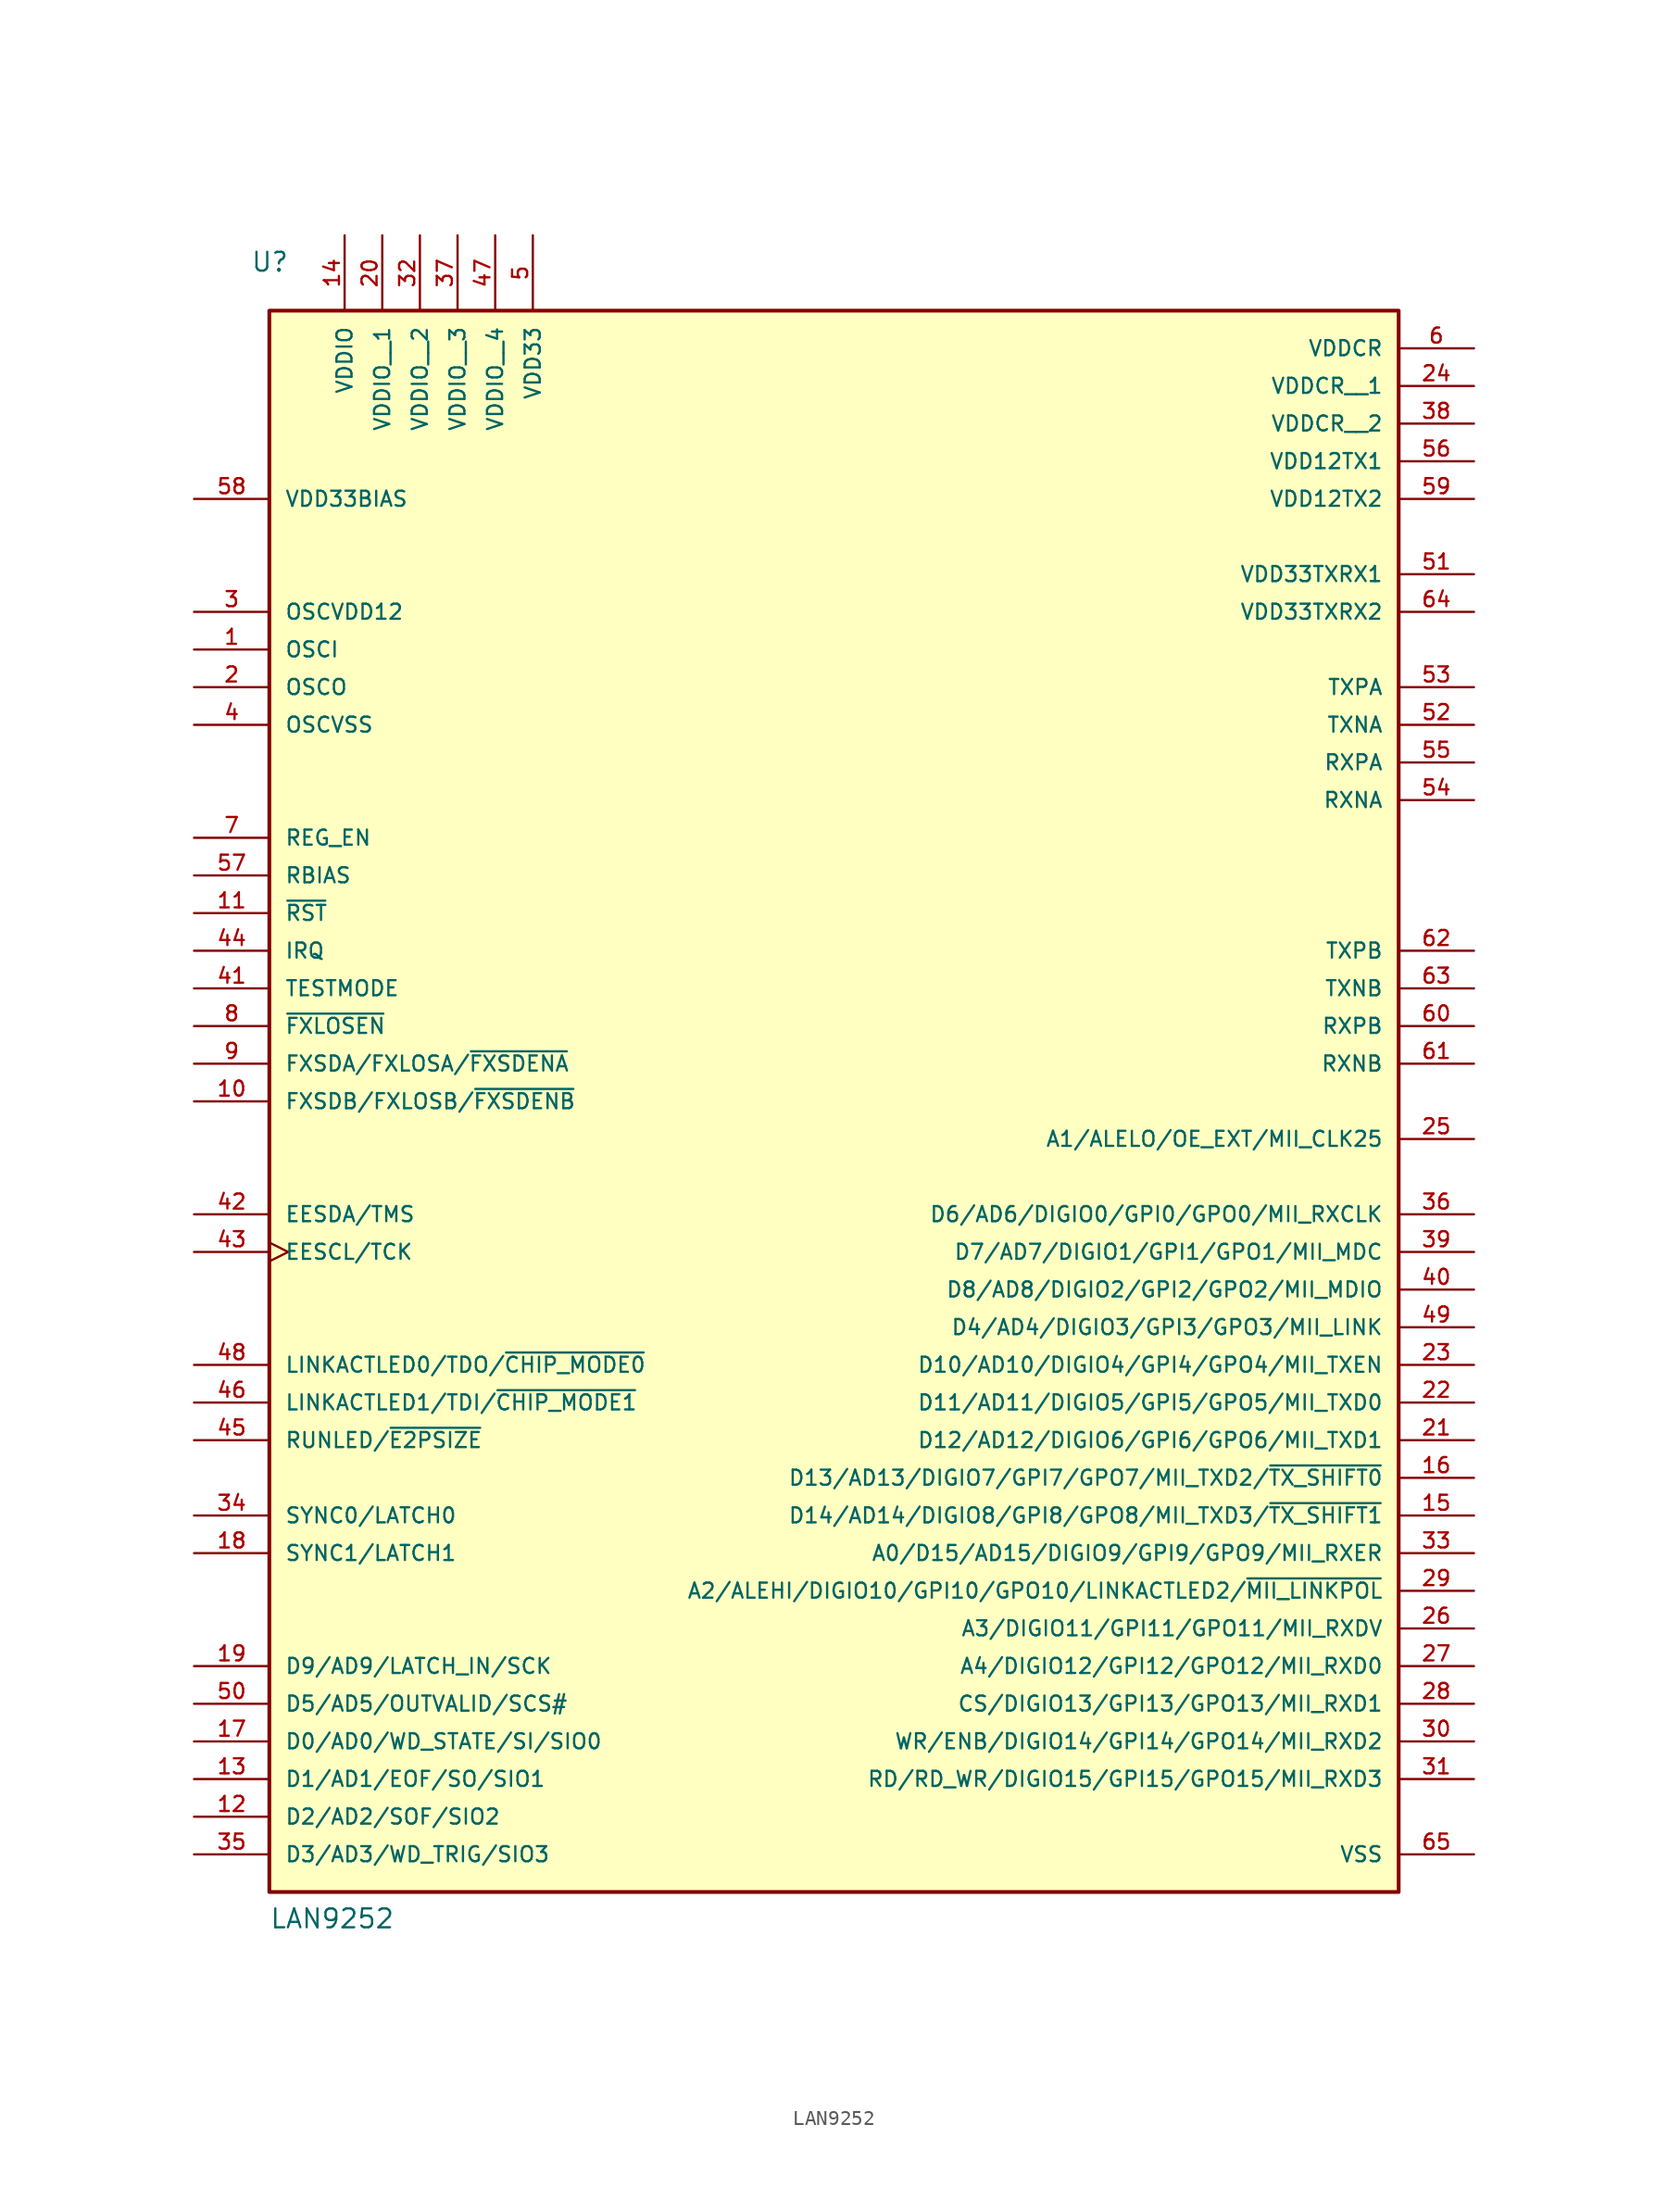
<source format=kicad_sym>
(kicad_symbol_lib
  (version 20241209)
  (generator "kicad_symbol_editor")
  (generator_version "9.0")
  (symbol "LAN9252"
    (pin_names
      (offset 1.016))
    (property "Reference" "U"
      (at 3.81 5.08 0)
      (effects (font (size 1.27 1.27)) (justify left bottom)))
    (property "Value" "LAN9252"
      (at 5.08 -106.68 0)
      (effects (font (size 1.27 1.27)) (justify left bottom)))
    (symbol "LAN9252_0_0"
      (rectangle (start 5.08 2.54) (end 81.28 -104.14) (stroke (width 0.254) (type default)) (fill (type background)))
      (pin power_in line (at 0 -10.16 0) (length 5.08) (name "VDD33BIAS" (effects (font (size 1.016 1.016)))) (number "58" (effects (font (size 1.016 1.016)))))
      (pin power_in line (at 0 -17.78 0) (length 5.08) (name "OSCVDD12" (effects (font (size 1.016 1.016)))) (number "3" (effects (font (size 1.016 1.016)))))
      (pin input line (at 0 -20.32 0) (length 5.08) (name "OSCI" (effects (font (size 1.016 1.016)))) (number "1" (effects (font (size 1.016 1.016)))))
      (pin output line (at 0 -22.86 0) (length 5.08) (name "OSCO" (effects (font (size 1.016 1.016)))) (number "2" (effects (font (size 1.016 1.016)))))
      (pin power_in line (at 0 -25.4 0) (length 5.08) (name "OSCVSS" (effects (font (size 1.016 1.016)))) (number "4" (effects (font (size 1.016 1.016)))))
      (pin input line (at 0 -33.02 0) (length 5.08) (name "REG_EN" (effects (font (size 1.016 1.016)))) (number "7" (effects (font (size 1.016 1.016)))))
      (pin passive line (at 0 -35.56 0) (length 5.08) (name "RBIAS" (effects (font (size 1.016 1.016)))) (number "57" (effects (font (size 1.016 1.016)))))
      (pin input line (at 0 -38.1 0) (length 5.08) (name "~{RST}" (effects (font (size 1.016 1.016)))) (number "11" (effects (font (size 1.016 1.016)))))
      (pin output line (at 0 -40.64 0) (length 5.08) (name "IRQ" (effects (font (size 1.016 1.016)))) (number "44" (effects (font (size 1.016 1.016)))))
      (pin input line (at 0 -43.18 0) (length 5.08) (name "TESTMODE" (effects (font (size 1.016 1.016)))) (number "41" (effects (font (size 1.016 1.016)))))
      (pin input line (at 0 -45.72 0) (length 5.08) (name "~{FXLOSEN}" (effects (font (size 1.016 1.016)))) (number "8" (effects (font (size 1.016 1.016)))))
      (pin input line (at 0 -48.26 0) (length 5.08) (name "FXSDA/FXLOSA/~{FXSDENA}" (effects (font (size 1.016 1.016)))) (number "9" (effects (font (size 1.016 1.016)))))
      (pin input line (at 0 -50.8 0) (length 5.08) (name "FXSDB/FXLOSB/~{FXSDENB}" (effects (font (size 1.016 1.016)))) (number "10" (effects (font (size 1.016 1.016)))))
      (pin bidirectional line (at 0 -58.42 0) (length 5.08) (name "EESDA/TMS" (effects (font (size 1.016 1.016)))) (number "42" (effects (font (size 1.016 1.016)))))
      (pin output clock (at 0 -60.96 0) (length 5.08) (name "EESCL/TCK" (effects (font (size 1.016 1.016)))) (number "43" (effects (font (size 1.016 1.016)))))
      (pin output line (at 0 -68.58 0) (length 5.08) (name "LINKACTLED0/TDO/~{CHIP_MODE0}" (effects (font (size 1.016 1.016)))) (number "48" (effects (font (size 1.016 1.016)))))
      (pin input line (at 0 -71.12 0) (length 5.08) (name "LINKACTLED1/TDI/~{CHIP_MODE1}" (effects (font (size 1.016 1.016)))) (number "46" (effects (font (size 1.016 1.016)))))
      (pin bidirectional line (at 0 -73.66 0) (length 5.08) (name "RUNLED/~{E2PSIZE}" (effects (font (size 1.016 1.016)))) (number "45" (effects (font (size 1.016 1.016)))))
      (pin bidirectional line (at 0 -78.74 0) (length 5.08) (name "SYNC0/LATCH0" (effects (font (size 1.016 1.016)))) (number "34" (effects (font (size 1.016 1.016)))))
      (pin bidirectional line (at 0 -81.28 0) (length 5.08) (name "SYNC1/LATCH1" (effects (font (size 1.016 1.016)))) (number "18" (effects (font (size 1.016 1.016)))))
      (pin bidirectional line (at 0 -88.9 0) (length 5.08) (name "D9/AD9/LATCH_IN/SCK" (effects (font (size 1.016 1.016)))) (number "19" (effects (font (size 1.016 1.016)))))
      (pin bidirectional line (at 0 -91.44 0) (length 5.08) (name "D5/AD5/OUTVALID/SCS#" (effects (font (size 1.016 1.016)))) (number "50" (effects (font (size 1.016 1.016)))))
      (pin bidirectional line (at 0 -93.98 0) (length 5.08) (name "D0/AD0/WD_STATE/SI/SIO0" (effects (font (size 1.016 1.016)))) (number "17" (effects (font (size 1.016 1.016)))))
      (pin bidirectional line (at 0 -96.52 0) (length 5.08) (name "D1/AD1/EOF/SO/SIO1" (effects (font (size 1.016 1.016)))) (number "13" (effects (font (size 1.016 1.016)))))
      (pin bidirectional line (at 0 -99.06 0) (length 5.08) (name "D2/AD2/SOF/SIO2" (effects (font (size 1.016 1.016)))) (number "12" (effects (font (size 1.016 1.016)))))
      (pin bidirectional line (at 0 -101.6 0) (length 5.08) (name "D3/AD3/WD_TRIG/SIO3" (effects (font (size 1.016 1.016)))) (number "35" (effects (font (size 1.016 1.016)))))
      (pin power_in line (at 10.16 7.62 270) (length 5.08) (name "VDDIO" (effects (font (size 1.016 1.016)))) (number "14" (effects (font (size 1.016 1.016)))))
      (pin power_in line (at 12.7 7.62 270) (length 5.08) (name "VDDIO__1" (effects (font (size 1.016 1.016)))) (number "20" (effects (font (size 1.016 1.016)))))
      (pin power_in line (at 15.24 7.62 270) (length 5.08) (name "VDDIO__2" (effects (font (size 1.016 1.016)))) (number "32" (effects (font (size 1.016 1.016)))))
      (pin power_in line (at 17.78 7.62 270) (length 5.08) (name "VDDIO__3" (effects (font (size 1.016 1.016)))) (number "37" (effects (font (size 1.016 1.016)))))
      (pin power_in line (at 20.32 7.62 270) (length 5.08) (name "VDDIO__4" (effects (font (size 1.016 1.016)))) (number "47" (effects (font (size 1.016 1.016)))))
      (pin power_in line (at 22.86 7.62 270) (length 5.08) (name "VDD33" (effects (font (size 1.016 1.016)))) (number "5" (effects (font (size 1.016 1.016)))))
      (pin power_in line (at 86.36 0 180) (length 5.08) (name "VDDCR" (effects (font (size 1.016 1.016)))) (number "6" (effects (font (size 1.016 1.016)))))
      (pin power_in line (at 86.36 -2.54 180) (length 5.08) (name "VDDCR__1" (effects (font (size 1.016 1.016)))) (number "24" (effects (font (size 1.016 1.016)))))
      (pin power_in line (at 86.36 -5.08 180) (length 5.08) (name "VDDCR__2" (effects (font (size 1.016 1.016)))) (number "38" (effects (font (size 1.016 1.016)))))
      (pin power_in line (at 86.36 -7.62 180) (length 5.08) (name "VDD12TX1" (effects (font (size 1.016 1.016)))) (number "56" (effects (font (size 1.016 1.016)))))
      (pin power_in line (at 86.36 -10.16 180) (length 5.08) (name "VDD12TX2" (effects (font (size 1.016 1.016)))) (number "59" (effects (font (size 1.016 1.016)))))
      (pin power_in line (at 86.36 -15.24 180) (length 5.08) (name "VDD33TXRX1" (effects (font (size 1.016 1.016)))) (number "51" (effects (font (size 1.016 1.016)))))
      (pin power_in line (at 86.36 -17.78 180) (length 5.08) (name "VDD33TXRX2" (effects (font (size 1.016 1.016)))) (number "64" (effects (font (size 1.016 1.016)))))
      (pin bidirectional line (at 86.36 -22.86 180) (length 5.08) (name "TXPA" (effects (font (size 1.016 1.016)))) (number "53" (effects (font (size 1.016 1.016)))))
      (pin bidirectional line (at 86.36 -25.4 180) (length 5.08) (name "TXNA" (effects (font (size 1.016 1.016)))) (number "52" (effects (font (size 1.016 1.016)))))
      (pin bidirectional line (at 86.36 -27.94 180) (length 5.08) (name "RXPA" (effects (font (size 1.016 1.016)))) (number "55" (effects (font (size 1.016 1.016)))))
      (pin bidirectional line (at 86.36 -30.48 180) (length 5.08) (name "RXNA" (effects (font (size 1.016 1.016)))) (number "54" (effects (font (size 1.016 1.016)))))
      (pin bidirectional line (at 86.36 -40.64 180) (length 5.08) (name "TXPB" (effects (font (size 1.016 1.016)))) (number "62" (effects (font (size 1.016 1.016)))))
      (pin bidirectional line (at 86.36 -43.18 180) (length 5.08) (name "TXNB" (effects (font (size 1.016 1.016)))) (number "63" (effects (font (size 1.016 1.016)))))
      (pin bidirectional line (at 86.36 -45.72 180) (length 5.08) (name "RXPB" (effects (font (size 1.016 1.016)))) (number "60" (effects (font (size 1.016 1.016)))))
      (pin bidirectional line (at 86.36 -48.26 180) (length 5.08) (name "RXNB" (effects (font (size 1.016 1.016)))) (number "61" (effects (font (size 1.016 1.016)))))
      (pin bidirectional line (at 86.36 -53.34 180) (length 5.08) (name "A1/ALELO/OE_EXT/MII_CLK25" (effects (font (size 1.016 1.016)))) (number "25" (effects (font (size 1.016 1.016)))))
      (pin bidirectional line (at 86.36 -58.42 180) (length 5.08) (name "D6/AD6/DIGIO0/GPI0/GPO0/MII_RXCLK" (effects (font (size 1.016 1.016)))) (number "36" (effects (font (size 1.016 1.016)))))
      (pin bidirectional line (at 86.36 -60.96 180) (length 5.08) (name "D7/AD7/DIGIO1/GPI1/GPO1/MII_MDC" (effects (font (size 1.016 1.016)))) (number "39" (effects (font (size 1.016 1.016)))))
      (pin bidirectional line (at 86.36 -63.5 180) (length 5.08) (name "D8/AD8/DIGIO2/GPI2/GPO2/MII_MDIO" (effects (font (size 1.016 1.016)))) (number "40" (effects (font (size 1.016 1.016)))))
      (pin bidirectional line (at 86.36 -66.04 180) (length 5.08) (name "D4/AD4/DIGIO3/GPI3/GPO3/MII_LINK" (effects (font (size 1.016 1.016)))) (number "49" (effects (font (size 1.016 1.016)))))
      (pin bidirectional line (at 86.36 -68.58 180) (length 5.08) (name "D10/AD10/DIGIO4/GPI4/GPO4/MII_TXEN" (effects (font (size 1.016 1.016)))) (number "23" (effects (font (size 1.016 1.016)))))
      (pin bidirectional line (at 86.36 -71.12 180) (length 5.08) (name "D11/AD11/DIGIO5/GPI5/GPO5/MII_TXD0" (effects (font (size 1.016 1.016)))) (number "22" (effects (font (size 1.016 1.016)))))
      (pin bidirectional line (at 86.36 -73.66 180) (length 5.08) (name "D12/AD12/DIGIO6/GPI6/GPO6/MII_TXD1" (effects (font (size 1.016 1.016)))) (number "21" (effects (font (size 1.016 1.016)))))
      (pin bidirectional line (at 86.36 -76.2 180) (length 5.08) (name "D13/AD13/DIGIO7/GPI7/GPO7/MII_TXD2/~{TX_SHIFT0}" (effects (font (size 1.016 1.016)))) (number "16" (effects (font (size 1.016 1.016)))))
      (pin bidirectional line (at 86.36 -78.74 180) (length 5.08) (name "D14/AD14/DIGIO8/GPI8/GPO8/MII_TXD3/~{TX_SHIFT1}" (effects (font (size 1.016 1.016)))) (number "15" (effects (font (size 1.016 1.016)))))
      (pin bidirectional line (at 86.36 -81.28 180) (length 5.08) (name "A0/D15/AD15/DIGIO9/GPI9/GPO9/MII_RXER" (effects (font (size 1.016 1.016)))) (number "33" (effects (font (size 1.016 1.016)))))
      (pin bidirectional line (at 86.36 -83.82 180) (length 5.08) (name "A2/ALEHI/DIGIO10/GPI10/GPO10/LINKACTLED2/~{MII_LINKPOL}" (effects (font (size 1.016 1.016)))) (number "29" (effects (font (size 1.016 1.016)))))
      (pin bidirectional line (at 86.36 -86.36 180) (length 5.08) (name "A3/DIGIO11/GPI11/GPO11/MII_RXDV" (effects (font (size 1.016 1.016)))) (number "26" (effects (font (size 1.016 1.016)))))
      (pin bidirectional line (at 86.36 -88.9 180) (length 5.08) (name "A4/DIGIO12/GPI12/GPO12/MII_RXD0" (effects (font (size 1.016 1.016)))) (number "27" (effects (font (size 1.016 1.016)))))
      (pin bidirectional line (at 86.36 -91.44 180) (length 5.08) (name "CS/DIGIO13/GPI13/GPO13/MII_RXD1" (effects (font (size 1.016 1.016)))) (number "28" (effects (font (size 1.016 1.016)))))
      (pin bidirectional line (at 86.36 -93.98 180) (length 5.08) (name "WR/ENB/DIGIO14/GPI14/GPO14/MII_RXD2" (effects (font (size 1.016 1.016)))) (number "30" (effects (font (size 1.016 1.016)))))
      (pin bidirectional line (at 86.36 -96.52 180) (length 5.08) (name "RD/RD_WR/DIGIO15/GPI15/GPO15/MII_RXD3" (effects (font (size 1.016 1.016)))) (number "31" (effects (font (size 1.016 1.016)))))
      (pin power_in line (at 86.36 -101.6 180) (length 5.08) (name "VSS" (effects (font (size 1.016 1.016)))) (number "65" (effects (font (size 1.016 1.016))))))))
</source>
